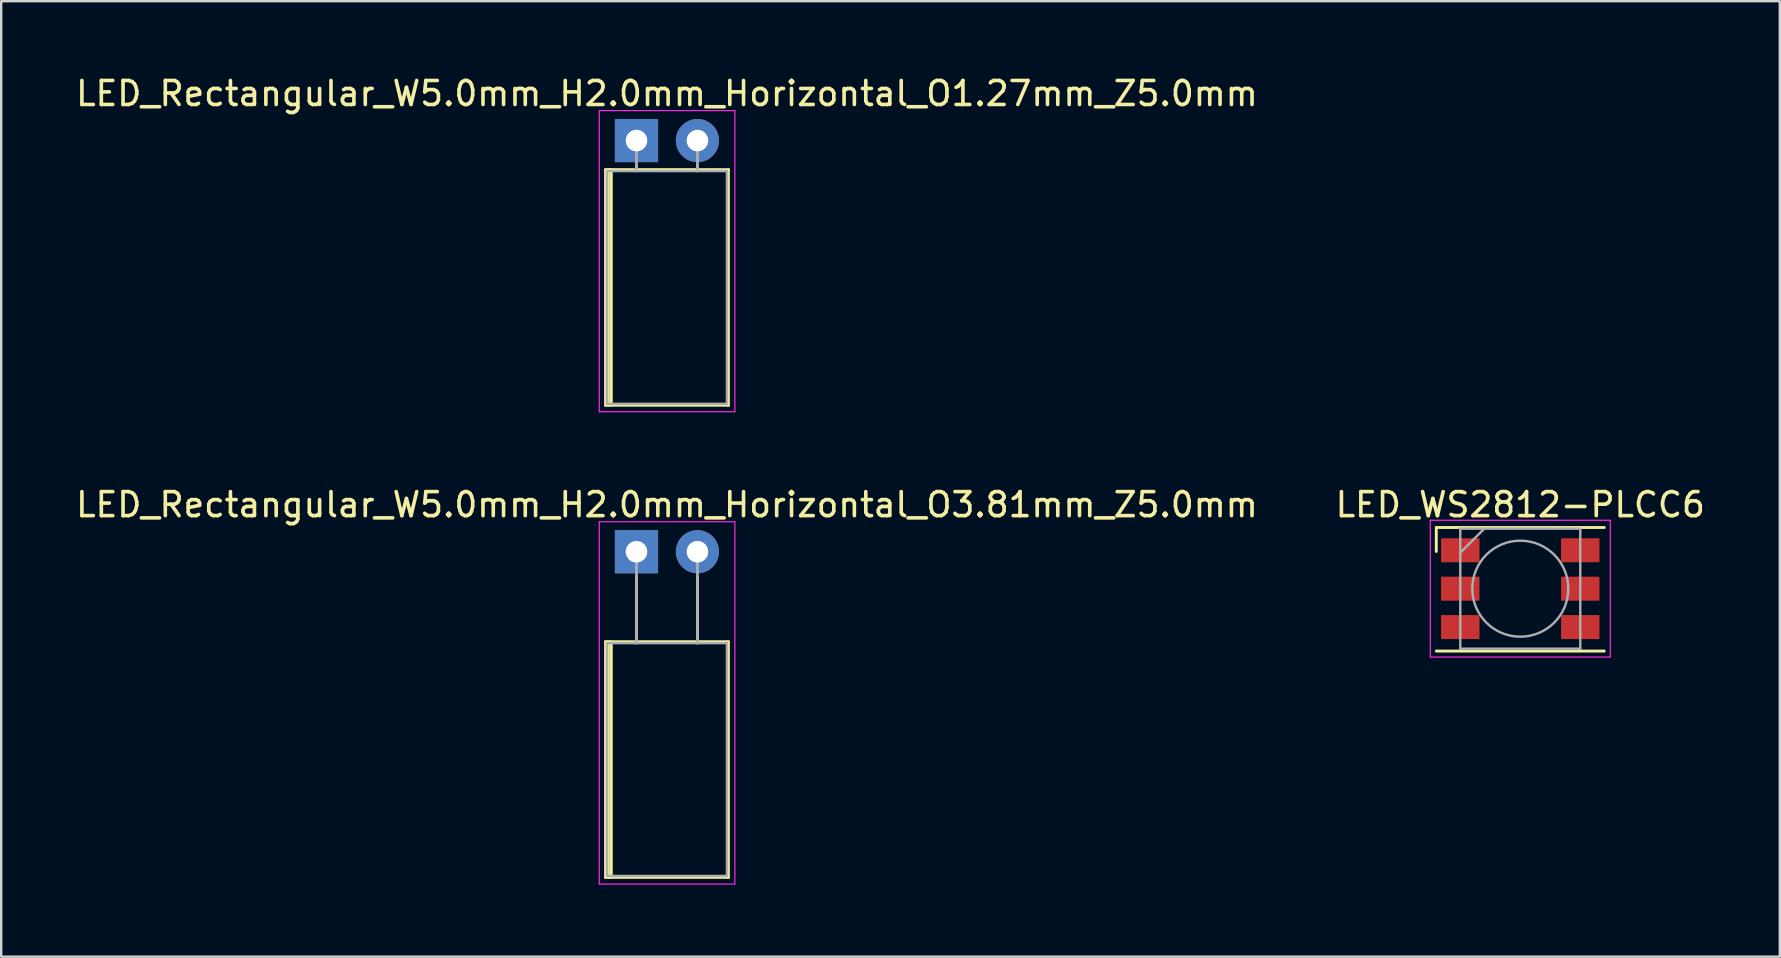
<source format=kicad_pcb>
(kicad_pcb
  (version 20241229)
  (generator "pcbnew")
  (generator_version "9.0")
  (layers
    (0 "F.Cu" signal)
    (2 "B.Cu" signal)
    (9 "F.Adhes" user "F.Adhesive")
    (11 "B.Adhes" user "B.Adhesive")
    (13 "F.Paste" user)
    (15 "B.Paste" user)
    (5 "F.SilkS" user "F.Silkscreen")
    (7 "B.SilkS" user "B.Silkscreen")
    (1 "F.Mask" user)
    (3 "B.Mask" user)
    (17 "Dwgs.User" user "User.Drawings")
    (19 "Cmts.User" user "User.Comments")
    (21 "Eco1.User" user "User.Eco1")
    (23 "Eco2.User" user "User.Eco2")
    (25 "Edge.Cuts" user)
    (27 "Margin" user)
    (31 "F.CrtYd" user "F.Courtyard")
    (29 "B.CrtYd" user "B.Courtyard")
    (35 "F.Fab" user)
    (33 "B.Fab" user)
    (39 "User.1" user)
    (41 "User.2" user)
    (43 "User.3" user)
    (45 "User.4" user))
  (footprint "LED_WS2812-PLCC6"
    (layer "F.Cu")
    (at 60.304 21.482)
    (property "Reference" "LED_WS2812-PLCC6" (at 0 -3.5 0) (layer "F.SilkS") (effects (font (size 1 1) (thickness 0.15))))
    (attr smd)
    (fp_line (start -3.5 -2.55) (end 3.5 -2.55) (stroke (width 0.12) (type solid)) (layer "F.SilkS"))
    (fp_line (start -3.5 -1.55) (end -3.5 -2.55) (stroke (width 0.12) (type solid)) (layer "F.SilkS"))
    (fp_line (start -3.5 2.6) (end 3.5 2.6) (stroke (width 0.12) (type solid)) (layer "F.SilkS"))
    (fp_line (start -3.75 -2.85) (end -3.75 2.85) (stroke (width 0.05) (type solid)) (layer "F.CrtYd"))
    (fp_line (start -3.75 2.85) (end 3.75 2.85) (stroke (width 0.05) (type solid)) (layer "F.CrtYd"))
    (fp_line (start 3.75 -2.85) (end -3.75 -2.85) (stroke (width 0.05) (type solid)) (layer "F.CrtYd"))
    (fp_line (start 3.75 2.85) (end 3.75 -2.85) (stroke (width 0.05) (type solid)) (layer "F.CrtYd"))
    (fp_line (start -2.5 -2.5) (end 2.5 -2.5) (stroke (width 0.1) (type solid)) (layer "F.Fab"))
    (fp_line (start -2.5 -1.5) (end -1.5 -2.5) (stroke (width 0.1) (type solid)) (layer "F.Fab"))
    (fp_line (start -2.5 2.5) (end -2.5 -2.5) (stroke (width 0.1) (type solid)) (layer "F.Fab"))
    (fp_line (start 2.5 -2.5) (end 2.5 2.5) (stroke (width 0.1) (type solid)) (layer "F.Fab"))
    (fp_line (start 2.5 2.5) (end -2.5 2.5) (stroke (width 0.1) (type solid)) (layer "F.Fab"))
    (fp_circle (center 0 0) (end 0 -2) (stroke (width 0.1) (type solid)) (fill no) (layer "F.Fab"))
    (pad "1" smd rect (at -2.5 -1.6) (size 1.6 1) (layers "F.Cu" "F.Mask" "F.Paste"))
    (pad "2" smd rect (at -2.5 0) (size 1.6 1) (layers "F.Cu" "F.Mask" "F.Paste"))
    (pad "3" smd rect (at -2.5 1.6) (size 1.6 1) (layers "F.Cu" "F.Mask" "F.Paste"))
    (pad "4" smd rect (at 2.5 1.6) (size 1.6 1) (layers "F.Cu" "F.Mask" "F.Paste"))
    (pad "5" smd rect (at 2.5 0) (size 1.6 1) (layers "F.Cu" "F.Mask" "F.Paste"))
    (pad "6" smd rect (at 2.5 -1.6) (size 1.6 1) (layers "F.Cu" "F.Mask" "F.Paste")))
  (footprint "LED_Rectangular_W5.0mm_H2.0mm_Horizontal_O3.81mm_Z5.0mm"
    (layer "F.Cu")
    (at 23.474 19.942)
    (property "Reference" "LED_Rectangular_W5.0mm_H2.0mm_Horizontal_O3.81mm_Z5.0mm" (at 1.27 -1.96 0) (layer "F.SilkS") (effects (font (size 1 1) (thickness 0.15))))
    (attr through_hole)
    (fp_line (start -1.29 3.75) (end -1.29 13.57) (stroke (width 0.12) (type solid)) (layer "F.SilkS"))
    (fp_line (start -1.29 13.57) (end 3.83 13.57) (stroke (width 0.12) (type solid)) (layer "F.SilkS"))
    (fp_line (start -1.17 3.75) (end -1.17 13.57) (stroke (width 0.12) (type solid)) (layer "F.SilkS"))
    (fp_line (start -1.05 3.75) (end -1.05 13.57) (stroke (width 0.12) (type solid)) (layer "F.SilkS"))
    (fp_line (start 0 1.08) (end 0 1.08) (stroke (width 0.12) (type solid)) (layer "F.SilkS"))
    (fp_line (start 0 1.08) (end 0 3.75) (stroke (width 0.12) (type solid)) (layer "F.SilkS"))
    (fp_line (start 0 3.75) (end 0 1.08) (stroke (width 0.12) (type solid)) (layer "F.SilkS"))
    (fp_line (start 0 3.75) (end 0 3.75) (stroke (width 0.12) (type solid)) (layer "F.SilkS"))
    (fp_line (start 2.54 1.08) (end 2.54 1.08) (stroke (width 0.12) (type solid)) (layer "F.SilkS"))
    (fp_line (start 2.54 1.08) (end 2.54 3.75) (stroke (width 0.12) (type solid)) (layer "F.SilkS"))
    (fp_line (start 2.54 3.75) (end 2.54 1.08) (stroke (width 0.12) (type solid)) (layer "F.SilkS"))
    (fp_line (start 2.54 3.75) (end 2.54 3.75) (stroke (width 0.12) (type solid)) (layer "F.SilkS"))
    (fp_line (start 3.83 3.75) (end -1.29 3.75) (stroke (width 0.12) (type solid)) (layer "F.SilkS"))
    (fp_line (start 3.83 13.57) (end 3.83 3.75) (stroke (width 0.12) (type solid)) (layer "F.SilkS"))
    (fp_line (start -1.55 -1.25) (end -1.55 13.85) (stroke (width 0.05) (type solid)) (layer "F.CrtYd"))
    (fp_line (start -1.55 13.85) (end 4.1 13.85) (stroke (width 0.05) (type solid)) (layer "F.CrtYd"))
    (fp_line (start 4.1 -1.25) (end -1.55 -1.25) (stroke (width 0.05) (type solid)) (layer "F.CrtYd"))
    (fp_line (start 4.1 13.85) (end 4.1 -1.25) (stroke (width 0.05) (type solid)) (layer "F.CrtYd"))
    (fp_line (start -1.23 3.81) (end -1.23 13.51) (stroke (width 0.1) (type solid)) (layer "F.Fab"))
    (fp_line (start -1.23 13.51) (end 3.77 13.51) (stroke (width 0.1) (type solid)) (layer "F.Fab"))
    (fp_line (start 0 0) (end 0 0) (stroke (width 0.1) (type solid)) (layer "F.Fab"))
    (fp_line (start 0 0) (end 0 3.81) (stroke (width 0.1) (type solid)) (layer "F.Fab"))
    (fp_line (start 0 3.81) (end 0 0) (stroke (width 0.1) (type solid)) (layer "F.Fab"))
    (fp_line (start 0 3.81) (end 0 3.81) (stroke (width 0.1) (type solid)) (layer "F.Fab"))
    (fp_line (start 2.54 0) (end 2.54 0) (stroke (width 0.1) (type solid)) (layer "F.Fab"))
    (fp_line (start 2.54 0) (end 2.54 3.81) (stroke (width 0.1) (type solid)) (layer "F.Fab"))
    (fp_line (start 2.54 3.81) (end 2.54 0) (stroke (width 0.1) (type solid)) (layer "F.Fab"))
    (fp_line (start 2.54 3.81) (end 2.54 3.81) (stroke (width 0.1) (type solid)) (layer "F.Fab"))
    (fp_line (start 3.77 3.81) (end -1.23 3.81) (stroke (width 0.1) (type solid)) (layer "F.Fab"))
    (fp_line (start 3.77 13.51) (end 3.77 3.81) (stroke (width 0.1) (type solid)) (layer "F.Fab"))
    (pad "1" thru_hole rect (at 0 0) (size 1.8 1.8) (drill 0.9) (layers "*.Cu" "*.Mask"))
    (pad "2" thru_hole circle (at 2.54 0) (size 1.8 1.8) (drill 0.9) (layers "*.Cu" "*.Mask")))
  (footprint "LED_Rectangular_W5.0mm_H2.0mm_Horizontal_O1.27mm_Z5.0mm"
    (layer "F.Cu")
    (at 23.474 2.808)
    (property "Reference" "LED_Rectangular_W5.0mm_H2.0mm_Horizontal_O1.27mm_Z5.0mm" (at 1.27 -1.96 0) (layer "F.SilkS") (effects (font (size 1 1) (thickness 0.15))))
    (attr through_hole)
    (fp_line (start -1.29 1.21) (end -1.29 11.03) (stroke (width 0.12) (type solid)) (layer "F.SilkS"))
    (fp_line (start -1.29 11.03) (end 3.83 11.03) (stroke (width 0.12) (type solid)) (layer "F.SilkS"))
    (fp_line (start -1.17 1.21) (end -1.17 11.03) (stroke (width 0.12) (type solid)) (layer "F.SilkS"))
    (fp_line (start -1.05 1.21) (end -1.05 11.03) (stroke (width 0.12) (type solid)) (layer "F.SilkS"))
    (fp_line (start 0 1.08) (end 0 1.08) (stroke (width 0.12) (type solid)) (layer "F.SilkS"))
    (fp_line (start 0 1.08) (end 0 1.21) (stroke (width 0.12) (type solid)) (layer "F.SilkS"))
    (fp_line (start 0 1.21) (end 0 1.08) (stroke (width 0.12) (type solid)) (layer "F.SilkS"))
    (fp_line (start 0 1.21) (end 0 1.21) (stroke (width 0.12) (type solid)) (layer "F.SilkS"))
    (fp_line (start 2.54 1.08) (end 2.54 1.08) (stroke (width 0.12) (type solid)) (layer "F.SilkS"))
    (fp_line (start 2.54 1.08) (end 2.54 1.21) (stroke (width 0.12) (type solid)) (layer "F.SilkS"))
    (fp_line (start 2.54 1.21) (end 2.54 1.08) (stroke (width 0.12) (type solid)) (layer "F.SilkS"))
    (fp_line (start 2.54 1.21) (end 2.54 1.21) (stroke (width 0.12) (type solid)) (layer "F.SilkS"))
    (fp_line (start 3.83 1.21) (end -1.29 1.21) (stroke (width 0.12) (type solid)) (layer "F.SilkS"))
    (fp_line (start 3.83 11.03) (end 3.83 1.21) (stroke (width 0.12) (type solid)) (layer "F.SilkS"))
    (fp_line (start -1.55 -1.25) (end -1.55 11.3) (stroke (width 0.05) (type solid)) (layer "F.CrtYd"))
    (fp_line (start -1.55 11.3) (end 4.1 11.3) (stroke (width 0.05) (type solid)) (layer "F.CrtYd"))
    (fp_line (start 4.1 -1.25) (end -1.55 -1.25) (stroke (width 0.05) (type solid)) (layer "F.CrtYd"))
    (fp_line (start 4.1 11.3) (end 4.1 -1.25) (stroke (width 0.05) (type solid)) (layer "F.CrtYd"))
    (fp_line (start -1.23 1.27) (end -1.23 10.97) (stroke (width 0.1) (type solid)) (layer "F.Fab"))
    (fp_line (start -1.23 10.97) (end 3.77 10.97) (stroke (width 0.1) (type solid)) (layer "F.Fab"))
    (fp_line (start 0 0) (end 0 0) (stroke (width 0.1) (type solid)) (layer "F.Fab"))
    (fp_line (start 0 0) (end 0 1.27) (stroke (width 0.1) (type solid)) (layer "F.Fab"))
    (fp_line (start 0 1.27) (end 0 0) (stroke (width 0.1) (type solid)) (layer "F.Fab"))
    (fp_line (start 0 1.27) (end 0 1.27) (stroke (width 0.1) (type solid)) (layer "F.Fab"))
    (fp_line (start 2.54 0) (end 2.54 0) (stroke (width 0.1) (type solid)) (layer "F.Fab"))
    (fp_line (start 2.54 0) (end 2.54 1.27) (stroke (width 0.1) (type solid)) (layer "F.Fab"))
    (fp_line (start 2.54 1.27) (end 2.54 0) (stroke (width 0.1) (type solid)) (layer "F.Fab"))
    (fp_line (start 2.54 1.27) (end 2.54 1.27) (stroke (width 0.1) (type solid)) (layer "F.Fab"))
    (fp_line (start 3.77 1.27) (end -1.23 1.27) (stroke (width 0.1) (type solid)) (layer "F.Fab"))
    (fp_line (start 3.77 10.97) (end 3.77 1.27) (stroke (width 0.1) (type solid)) (layer "F.Fab"))
    (pad "1" thru_hole rect (at 0 0) (size 1.8 1.8) (drill 0.9) (layers "*.Cu" "*.Mask"))
    (pad "2" thru_hole circle (at 2.54 0) (size 1.8 1.8) (drill 0.9) (layers "*.Cu" "*.Mask")))
  (gr_rect
    (start -3 -3)
    (end 71.119 36.816)
    (stroke (width 0.1) (type default))
    (fill no)
    (layer "Edge.Cuts")))
</source>
